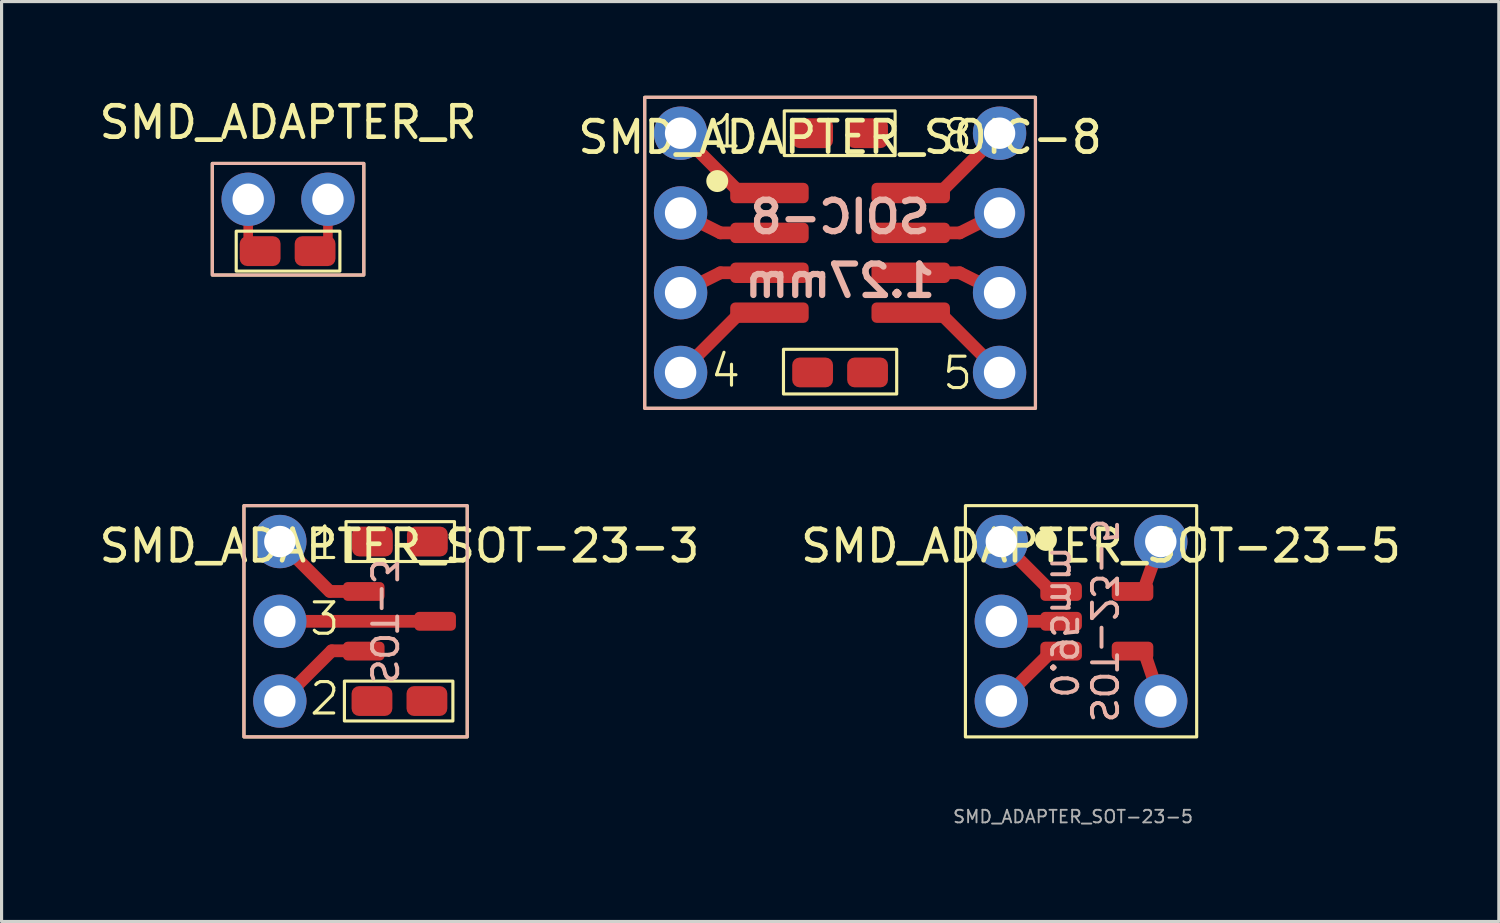
<source format=kicad_pcb>
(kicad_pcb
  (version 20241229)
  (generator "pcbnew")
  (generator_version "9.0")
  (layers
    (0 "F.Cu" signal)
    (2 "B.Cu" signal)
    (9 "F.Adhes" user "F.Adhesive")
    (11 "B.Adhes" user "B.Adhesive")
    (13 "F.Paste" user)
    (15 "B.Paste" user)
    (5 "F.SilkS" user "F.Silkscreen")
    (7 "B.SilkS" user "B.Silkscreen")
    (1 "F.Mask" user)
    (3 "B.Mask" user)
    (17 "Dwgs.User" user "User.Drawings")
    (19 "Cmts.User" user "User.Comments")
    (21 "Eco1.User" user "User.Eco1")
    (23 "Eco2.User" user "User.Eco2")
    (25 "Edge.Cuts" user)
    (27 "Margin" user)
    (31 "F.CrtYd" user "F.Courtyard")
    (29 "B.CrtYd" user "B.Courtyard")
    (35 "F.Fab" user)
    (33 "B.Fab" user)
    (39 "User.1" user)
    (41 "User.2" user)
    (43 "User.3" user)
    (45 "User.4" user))
  (footprint "SMD_ADAPTER_SOT-23-5"
    (layer "F.Cu")
    (at 32.018 16.739)
    (property "Reference" "SMD_ADAPTER_SOT-23-5" (at 0 -2.4 0) (layer "F.SilkS") (effects (font (size 1 1) (thickness 0.15))))
    (attr smd)
    (fp_line (start -3.175 -2.54) (end -1.6 -0.965) (stroke (width 0.406) (type default)) (layer "F.Cu"))
    (fp_line (start -3.175 0) (end -1.27 0) (stroke (width 0.406) (type default)) (layer "F.Cu"))
    (fp_line (start -3.175 2.54) (end -1.626 1.016) (stroke (width 0.406) (type default)) (layer "F.Cu"))
    (fp_line (start 1.905 -2.54) (end 1.346 -0.965) (stroke (width 0.406) (type default)) (layer "F.Cu"))
    (fp_line (start 1.905 2.54) (end 1.346 0.889) (stroke (width 0.406) (type default)) (layer "F.Cu"))
    (fp_rect (start -4.318 -3.683) (end 3.048 3.683) (stroke (width 0.1) (type default)) (fill no) (layer "F.SilkS"))
    (fp_circle (center -1.753 -2.591) (end -1.453 -2.591) (stroke (width 0.1) (type solid)) (fill yes) (layer "F.SilkS"))
    (fp_text user "0.95mm" (at -1.194 0.025 270) (unlocked yes) (layer "B.SilkS") (effects (font (size 0.8 0.8) (thickness 0.125)) (justify mirror)))
    (fp_text user "SOT-23-5" (at 0.076 -0.025 270) (unlocked yes) (layer "B.SilkS") (effects (font (size 0.8 0.8) (thickness 0.125)) (justify mirror)))
    (fp_text user "${REFERENCE}" (at -0.889 6.223 0) (layer "F.Fab") (effects (font (size 0.4 0.4) (thickness 0.06))))
    (pad "1" thru_hole circle (at -3.175 -2.54) (size 1.7 1.7) (drill 1) (layers "*.Cu" "*.Mask"))
    (pad "1" smd roundrect (at -1.27 -0.95) (size 1.325 0.6) (layers "F.Cu" "F.Mask" "F.Paste") (roundrect_rratio 0.25))
    (pad "2" thru_hole circle (at -3.175 0) (size 1.7 1.7) (drill 1) (layers "*.Cu" "*.Mask"))
    (pad "2" smd roundrect (at -1.27 0) (size 1.325 0.6) (layers "F.Cu" "F.Mask" "F.Paste") (roundrect_rratio 0.25))
    (pad "3" thru_hole circle (at -3.175 2.54) (size 1.7 1.7) (drill 1) (layers "*.Cu" "*.Mask"))
    (pad "3" smd roundrect (at -1.27 0.95) (size 1.325 0.6) (layers "F.Cu" "F.Mask" "F.Paste") (roundrect_rratio 0.25))
    (pad "4" smd roundrect (at 1.005 0.95) (size 1.325 0.6) (layers "F.Cu" "F.Mask" "F.Paste") (roundrect_rratio 0.25))
    (pad "4" thru_hole circle (at 1.905 2.54) (size 1.7 1.7) (drill 1) (layers "*.Cu" "*.Mask"))
    (pad "5" smd roundrect (at 1.005 -0.95) (size 1.325 0.6) (layers "F.Cu" "F.Mask" "F.Paste") (roundrect_rratio 0.25))
    (pad "5" thru_hole circle (at 1.905 -2.54) (size 1.7 1.7) (drill 1) (layers "*.Cu" "*.Mask")))
  (footprint "SMD_ADAPTER_R"
    (layer "F.Cu")
    (at 6.125 3.298)
    (property "Reference" "SMD_ADAPTER_R" (at 0 -2.45 0) (layer "F.SilkS") (effects (font (size 1 1) (thickness 0.15))))
    (attr smd)
    (fp_line (start -1.27 1.714) (end -1.27 0.064) (stroke (width 0.305) (type default)) (layer "F.Cu"))
    (fp_line (start 1.27 1.841) (end 1.27 0.191) (stroke (width 0.305) (type default)) (layer "F.Cu"))
    (fp_rect (start -2.413 -1.143) (end 2.413 2.413) (stroke (width 0.1) (type default)) (fill no) (layer "F.SilkS"))
    (fp_poly (pts (xy 1.651 2.286) (xy -1.651 2.286) (xy -1.651 1.016) (xy 1.651 1.016)) (stroke (width 0.1) (type default)) (fill no) (layer "F.SilkS"))
    (fp_rect (start -2.413 -1.143) (end 2.413 2.413) (stroke (width 0.1) (type default)) (fill no) (layer "B.SilkS"))
    (pad "1" thru_hole circle (at -1.27 0) (size 1.7 1.7) (drill 1) (layers "*.Cu" "*.Mask"))
    (pad "2" smd roundrect (at 0.861 1.651 180) (size 1.3 0.95) (layers "F.Cu" "F.Mask" "F.Paste") (roundrect_rratio 0.25))
    (pad "2" thru_hole circle (at 1.27 0) (size 1.7 1.7) (drill 1) (layers "*.Cu" "*.Mask"))
    (pad "3" smd roundrect (at -0.889 1.651 180) (size 1.3 0.95) (layers "F.Cu" "F.Mask" "F.Paste") (roundrect_rratio 0.25)))
  (footprint "SMD_ADAPTER_SOIC-8"
    (layer "F.Cu")
    (at 23.708 5.003)
    (property "Reference" "SMD_ADAPTER_SOIC-8" (at 0 -3.68 0) (layer "F.SilkS") (effects (font (size 1 1) (thickness 0.15))))
    (attr smd)
    (fp_line (start -5.08 -3.81) (end -3.189 -1.919) (stroke (width 0.406) (type default)) (layer "F.Cu"))
    (fp_line (start -5.08 3.81) (end -3.175 1.905) (stroke (width 0.406) (type default)) (layer "F.Cu"))
    (fp_line (start -3.81 -0.635) (end -5.08 -1.27) (stroke (width 0.406) (type default)) (layer "F.Cu"))
    (fp_line (start -3.81 -0.635) (end -2.25 -0.635) (stroke (width 0.406) (type default)) (layer "F.Cu"))
    (fp_line (start -3.81 0.635) (end -5.08 1.27) (stroke (width 0.406) (type default)) (layer "F.Cu"))
    (fp_line (start -3.81 0.635) (end -2.25 0.635) (stroke (width 0.406) (type default)) (layer "F.Cu"))
    (fp_line (start 2.25 -0.635) (end 3.81 -0.635) (stroke (width 0.406) (type default)) (layer "F.Cu"))
    (fp_line (start 2.25 0.635) (end 3.81 0.635) (stroke (width 0.406) (type default)) (layer "F.Cu"))
    (fp_line (start 3.145 1.875) (end 4.953 3.683) (stroke (width 0.406) (type default)) (layer "F.Cu"))
    (fp_line (start 3.192 -1.922) (end 5.08 -3.81) (stroke (width 0.406) (type default)) (layer "F.Cu"))
    (fp_line (start 3.81 -0.635) (end 5.08 -1.27) (stroke (width 0.406) (type default)) (layer "F.Cu"))
    (fp_line (start 3.81 0.635) (end 5.08 1.27) (stroke (width 0.406) (type default)) (layer "F.Cu"))
    (fp_rect (start -6.223 -4.953) (end 6.223 4.953) (stroke (width 0.1) (type default)) (fill no) (layer "F.SilkS"))
    (fp_rect (start -1.803 3.073) (end 1.803 4.496) (stroke (width 0.1) (type default)) (fill no) (layer "F.SilkS"))
    (fp_rect (start -1.778 -4.521) (end 1.753 -3.099) (stroke (width 0.1) (type default)) (fill no) (layer "F.SilkS"))
    (fp_circle (center -3.912 -2.286) (end -3.612 -2.286) (stroke (width 0.1) (type solid)) (fill yes) (layer "F.SilkS"))
    (fp_rect (start -6.223 -4.953) (end 6.223 4.953) (stroke (width 0.1) (type default)) (fill no) (layer "B.SilkS"))
    (fp_text user "1" (at -4.14 -3.277 0) (unlocked yes) (layer "F.SilkS") (effects (font (size 1 1) (thickness 0.1)) (justify left bottom)))
    (fp_text user "5" (at 3.2 4.42 0) (unlocked yes) (layer "F.SilkS") (effects (font (size 1 1) (thickness 0.1)) (justify left bottom)))
    (fp_text user "8" (at 3.2 -3.15 0) (unlocked yes) (layer "F.SilkS") (effects (font (size 1 1) (thickness 0.1)) (justify left bottom)))
    (fp_text user "4" (at -4.191 4.343 0) (unlocked yes) (layer "F.SilkS") (effects (font (size 1 1) (thickness 0.1)) (justify left bottom)))
    (fp_text user "1.27mm" (at 0 0.889 0) (unlocked yes) (layer "B.SilkS") (effects (font (size 1 1) (thickness 0.2) (bold yes)) (justify mirror)))
    (fp_text user "SOIC-8" (at 0 -1.143 0) (unlocked yes) (layer "B.SilkS") (effects (font (size 1 1) (thickness 0.2) (bold yes)) (justify mirror)))
    (pad "" smd roundrect (at -0.875 -3.81) (size 1.3 0.95) (layers "F.Cu" "F.Mask" "F.Paste") (roundrect_rratio 0.25))
    (pad "" smd roundrect (at -0.875 3.81) (size 1.3 0.95) (layers "F.Cu" "F.Mask" "F.Paste") (roundrect_rratio 0.25))
    (pad "" smd roundrect (at 0.875 -3.81) (size 1.3 0.95) (layers "F.Cu" "F.Mask" "F.Paste") (roundrect_rratio 0.25))
    (pad "" smd roundrect (at 0.875 3.81) (size 1.3 0.95) (layers "F.Cu" "F.Mask" "F.Paste") (roundrect_rratio 0.25))
    (pad "1" thru_hole circle (at -5.08 -3.81) (size 1.7 1.7) (drill 1) (layers "*.Cu" "*.Mask"))
    (pad "1" smd roundrect (at -2.25 -1.905) (size 2.5 0.65) (layers "F.Cu" "F.Mask" "F.Paste") (roundrect_rratio 0.25))
    (pad "2" thru_hole circle (at -5.08 -1.27) (size 1.7 1.7) (drill 1) (layers "*.Cu" "*.Mask"))
    (pad "2" smd roundrect (at -2.25 -0.635) (size 2.5 0.65) (layers "F.Cu" "F.Mask" "F.Paste") (roundrect_rratio 0.25))
    (pad "3" thru_hole circle (at -5.08 1.27) (size 1.7 1.7) (drill 1) (layers "*.Cu" "*.Mask"))
    (pad "3" smd roundrect (at -2.25 0.635) (size 2.5 0.65) (layers "F.Cu" "F.Mask" "F.Paste") (roundrect_rratio 0.25))
    (pad "4" thru_hole circle (at -5.08 3.81) (size 1.7 1.7) (drill 1) (layers "*.Cu" "*.Mask"))
    (pad "4" smd roundrect (at -2.25 1.905) (size 2.5 0.65) (layers "F.Cu" "F.Mask" "F.Paste") (roundrect_rratio 0.25))
    (pad "5" smd roundrect (at 2.25 1.905) (size 2.5 0.65) (layers "F.Cu" "F.Mask" "F.Paste") (roundrect_rratio 0.25))
    (pad "5" thru_hole circle (at 5.08 3.81) (size 1.7 1.7) (drill 1) (layers "*.Cu" "*.Mask"))
    (pad "6" smd roundrect (at 2.25 0.635) (size 2.5 0.65) (layers "F.Cu" "F.Mask" "F.Paste") (roundrect_rratio 0.25))
    (pad "6" thru_hole circle (at 5.08 1.27) (size 1.7 1.7) (drill 1) (layers "*.Cu" "*.Mask"))
    (pad "7" smd roundrect (at 2.25 -0.635) (size 2.5 0.65) (layers "F.Cu" "F.Mask" "F.Paste") (roundrect_rratio 0.25))
    (pad "7" thru_hole circle (at 5.08 -1.27) (size 1.6 1.6) (drill 1) (layers "*.Cu" "*.Mask"))
    (pad "8" smd roundrect (at 2.25 -1.905) (size 2.5 0.65) (layers "F.Cu" "F.Mask" "F.Paste") (roundrect_rratio 0.25))
    (pad "8" thru_hole circle (at 5.08 -3.81) (size 1.7 1.7) (drill 1) (layers "*.Cu" "*.Mask")))
  (footprint "SMD_ADAPTER_SOT-23-3"
    (layer "F.Cu")
    (at 9.673 16.739)
    (property "Reference" "SMD_ADAPTER_SOT-23-3" (at 0 -2.4 0) (layer "F.SilkS") (effects (font (size 1 1) (thickness 0.15))))
    (attr smd)
    (fp_line (start -3.835 0) (end 1.168 0) (stroke (width 0.406) (type default)) (layer "F.Cu"))
    (fp_line (start -3.81 -2.54) (end -2.225 -0.955) (stroke (width 0.406) (type default)) (layer "F.Cu"))
    (fp_line (start -2.21 -0.95) (end -1.137 -0.95) (stroke (width 0.406) (type default)) (layer "F.Cu"))
    (fp_line (start -2.159 0.94) (end -3.785 2.565) (stroke (width 0.406) (type default)) (layer "F.Cu"))
    (fp_line (start -2.159 0.94) (end -1.061 0.94) (stroke (width 0.406) (type default)) (layer "F.Cu"))
    (fp_rect (start -4.953 -3.683) (end 2.159 3.683) (stroke (width 0.1) (type default)) (fill no) (layer "F.SilkS"))
    (fp_rect (start -1.753 1.905) (end 1.702 3.175) (stroke (width 0.1) (type default)) (fill no) (layer "F.SilkS"))
    (fp_rect (start -1.702 -3.175) (end 1.753 -1.905) (stroke (width 0.1) (type default)) (fill no) (layer "F.SilkS"))
    (fp_rect (start -4.953 -3.683) (end 2.159 3.683) (stroke (width 0.1) (type default)) (fill no) (layer "B.SilkS"))
    (fp_text user "3" (at -2.921 0.508 0) (unlocked yes) (layer "F.SilkS") (effects (font (size 1 1) (thickness 0.1)) (justify left bottom)))
    (fp_text user "2" (at -2.921 3.048 0) (unlocked yes) (layer "F.SilkS") (effects (font (size 1 1) (thickness 0.1)) (justify left bottom)))
    (fp_text user "1" (at -2.921 -1.905 0) (unlocked yes) (layer "F.SilkS") (effects (font (size 1 1) (thickness 0.1)) (justify left bottom)))
    (fp_text user "SOT-3" (at -0.508 0 270) (unlocked yes) (layer "B.SilkS") (effects (font (size 0.8 0.8) (thickness 0.125)) (justify mirror)))
    (pad "" smd roundrect (at -0.875 2.54) (size 1.3 0.95) (layers "F.Cu" "F.Mask" "F.Paste") (roundrect_rratio 0.25))
    (pad "" smd roundrect (at -0.861 -2.54) (size 1.3 0.95) (layers "F.Cu" "F.Mask" "F.Paste") (roundrect_rratio 0.25))
    (pad "" smd roundrect (at 0.875 2.54) (size 1.3 0.95) (layers "F.Cu" "F.Mask" "F.Paste") (roundrect_rratio 0.25))
    (pad "" smd roundrect (at 0.889 -2.54) (size 1.3 0.95) (layers "F.Cu" "F.Mask" "F.Paste") (roundrect_rratio 0.25))
    (pad "1" thru_hole circle (at -3.81 -2.54) (size 1.7 1.7) (drill 1) (layers "*.Cu" "*.Mask"))
    (pad "1" smd roundrect (at -1.137 -0.95) (size 1.325 0.6) (layers "F.Cu" "F.Mask" "F.Paste") (roundrect_rratio 0.25))
    (pad "2" thru_hole circle (at -3.81 2.54) (size 1.7 1.7) (drill 1) (layers "*.Cu" "*.Mask"))
    (pad "2" smd roundrect (at 1.137 0) (size 1.325 0.6) (layers "F.Cu" "F.Mask" "F.Paste") (roundrect_rratio 0.25))
    (pad "3" thru_hole circle (at -3.81 0) (size 1.7 1.7) (drill 1) (layers "*.Cu" "*.Mask"))
    (pad "3" smd roundrect (at -1.137 0.95) (size 1.325 0.6) (layers "F.Cu" "F.Mask" "F.Paste") (roundrect_rratio 0.25)))
  (gr_rect
    (start -3 -3)
    (end 44.69 26.301)
    (stroke (width 0.1) (type default))
    (fill no)
    (layer "Edge.Cuts")))
</source>
